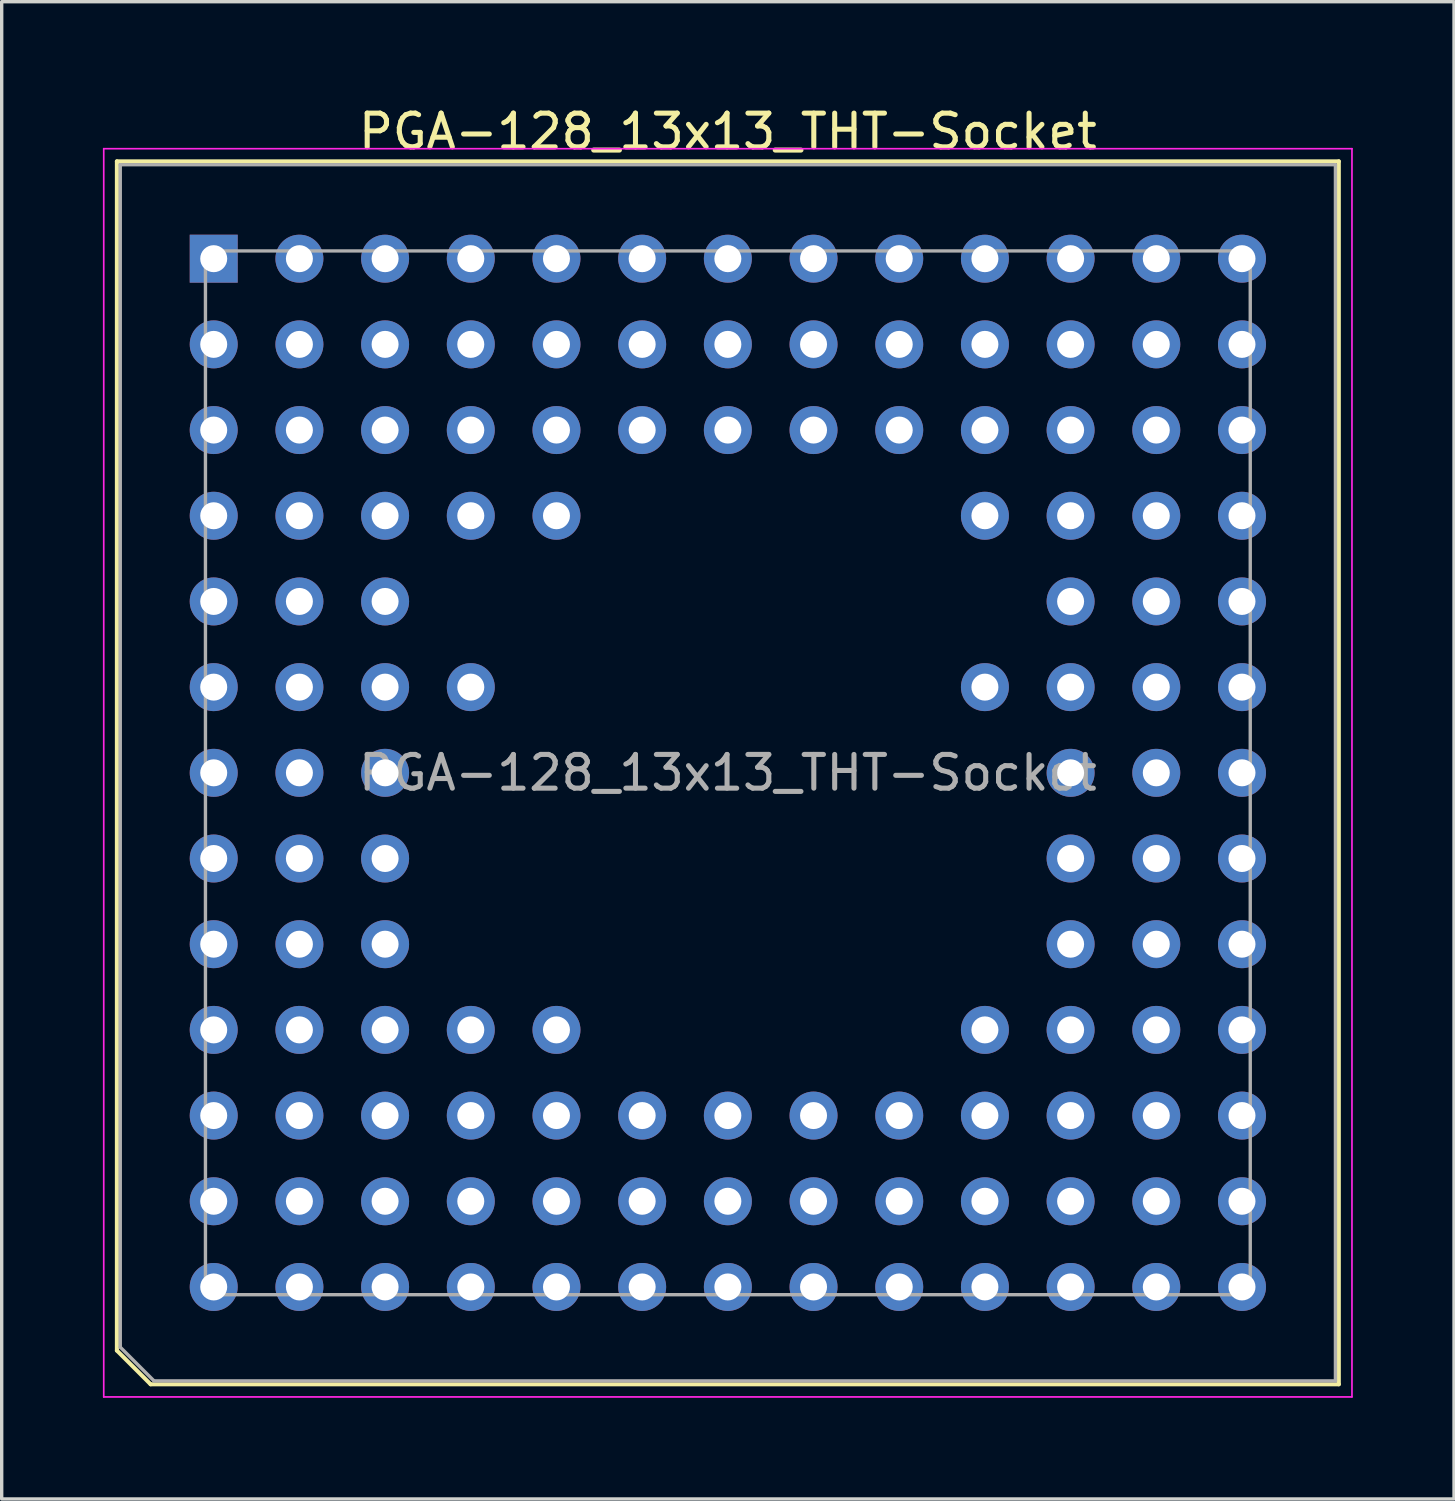
<source format=kicad_pcb>
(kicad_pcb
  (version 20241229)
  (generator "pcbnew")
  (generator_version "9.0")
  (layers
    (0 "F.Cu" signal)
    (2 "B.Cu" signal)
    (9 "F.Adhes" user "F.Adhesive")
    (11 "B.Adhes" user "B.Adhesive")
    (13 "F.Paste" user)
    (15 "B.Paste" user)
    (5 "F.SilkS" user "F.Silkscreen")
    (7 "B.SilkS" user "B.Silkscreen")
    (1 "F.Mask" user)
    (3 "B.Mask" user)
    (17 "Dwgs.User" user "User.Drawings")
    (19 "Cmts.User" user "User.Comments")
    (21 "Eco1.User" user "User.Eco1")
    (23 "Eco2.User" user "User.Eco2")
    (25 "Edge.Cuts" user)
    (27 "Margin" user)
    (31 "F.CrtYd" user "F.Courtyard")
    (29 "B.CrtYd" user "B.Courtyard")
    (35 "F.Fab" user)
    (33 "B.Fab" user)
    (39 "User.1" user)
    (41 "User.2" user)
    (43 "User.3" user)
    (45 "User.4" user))
  (footprint "PGA-128_13x13_THT-Socket"
    (layer "F.Cu")
    (at 3.285 35.098)
    (property "Reference" "PGA-128_13x13_THT-Socket" (at 15.24 -34.25 0) (layer "F.SilkS") (effects (font (size 1 1) (thickness 0.15))))
    (attr through_hole)
    (fp_line (start -2.87 -33.365) (end -2.87 1.885) (stroke (width 0.12) (type solid)) (layer "F.SilkS"))
    (fp_line (start -2.87 1.885) (end -1.87 2.885) (stroke (width 0.12) (type solid)) (layer "F.SilkS"))
    (fp_line (start -1.87 2.885) (end 33.35 2.885) (stroke (width 0.12) (type solid)) (layer "F.SilkS"))
    (fp_line (start 33.35 -33.365) (end -2.87 -33.365) (stroke (width 0.12) (type solid)) (layer "F.SilkS"))
    (fp_line (start 33.35 2.885) (end 33.35 -33.365) (stroke (width 0.12) (type solid)) (layer "F.SilkS"))
    (fp_line (start -3.26 -33.74) (end -3.26 3.26) (stroke (width 0.05) (type solid)) (layer "F.CrtYd"))
    (fp_line (start -3.26 3.26) (end 33.74 3.26) (stroke (width 0.05) (type solid)) (layer "F.CrtYd"))
    (fp_line (start 33.74 -33.74) (end -3.26 -33.74) (stroke (width 0.05) (type solid)) (layer "F.CrtYd"))
    (fp_line (start 33.74 3.26) (end 33.74 -33.74) (stroke (width 0.05) (type solid)) (layer "F.CrtYd"))
    (fp_line (start -2.77 -33.265) (end -2.77 1.785) (stroke (width 0.1) (type solid)) (layer "F.Fab"))
    (fp_line (start -2.77 1.785) (end -1.77 2.785) (stroke (width 0.1) (type solid)) (layer "F.Fab"))
    (fp_line (start -1.77 2.785) (end 33.25 2.785) (stroke (width 0.1) (type solid)) (layer "F.Fab"))
    (fp_line (start -0.245 -30.71) (end 30.725 -30.71) (stroke (width 0.1) (type solid)) (layer "F.Fab"))
    (fp_line (start -0.245 0.23) (end -0.245 -30.71) (stroke (width 0.1) (type solid)) (layer "F.Fab"))
    (fp_line (start 30.725 -30.71) (end 30.725 0.23) (stroke (width 0.1) (type solid)) (layer "F.Fab"))
    (fp_line (start 30.725 0.23) (end -0.245 0.23) (stroke (width 0.1) (type solid)) (layer "F.Fab"))
    (fp_line (start 33.25 -33.265) (end -2.77 -33.265) (stroke (width 0.1) (type solid)) (layer "F.Fab"))
    (fp_line (start 33.25 2.785) (end 33.25 -33.265) (stroke (width 0.1) (type solid)) (layer "F.Fab"))
    (fp_text user "${REFERENCE}" (at 15.24 -15.24 0) (layer "F.Fab") (effects (font (size 1 1) (thickness 0.15))))
    (pad "A1" thru_hole rect (at 0 -30.48) (size 1.422 1.422) (drill 0.8) (layers "*.Cu" "*.Mask"))
    (pad "A2" thru_hole circle (at 2.54 -30.48) (size 1.422 1.422) (drill 0.8) (layers "*.Cu" "*.Mask"))
    (pad "A3" thru_hole circle (at 5.08 -30.48) (size 1.422 1.422) (drill 0.8) (layers "*.Cu" "*.Mask"))
    (pad "A4" thru_hole circle (at 7.62 -30.48) (size 1.422 1.422) (drill 0.8) (layers "*.Cu" "*.Mask"))
    (pad "A5" thru_hole circle (at 10.16 -30.48) (size 1.422 1.422) (drill 0.8) (layers "*.Cu" "*.Mask"))
    (pad "A6" thru_hole circle (at 12.7 -30.48) (size 1.422 1.422) (drill 0.8) (layers "*.Cu" "*.Mask"))
    (pad "A7" thru_hole circle (at 15.24 -30.48) (size 1.422 1.422) (drill 0.8) (layers "*.Cu" "*.Mask"))
    (pad "A8" thru_hole circle (at 17.78 -30.48) (size 1.422 1.422) (drill 0.8) (layers "*.Cu" "*.Mask"))
    (pad "A9" thru_hole circle (at 20.32 -30.48) (size 1.422 1.422) (drill 0.8) (layers "*.Cu" "*.Mask"))
    (pad "A10" thru_hole circle (at 22.86 -30.48) (size 1.422 1.422) (drill 0.8) (layers "*.Cu" "*.Mask"))
    (pad "A11" thru_hole circle (at 25.4 -30.48) (size 1.422 1.422) (drill 0.8) (layers "*.Cu" "*.Mask"))
    (pad "A12" thru_hole circle (at 27.94 -30.48) (size 1.422 1.422) (drill 0.8) (layers "*.Cu" "*.Mask"))
    (pad "A13" thru_hole circle (at 30.48 -30.48) (size 1.422 1.422) (drill 0.8) (layers "*.Cu" "*.Mask"))
    (pad "B1" thru_hole circle (at 0 -27.94) (size 1.422 1.422) (drill 0.8) (layers "*.Cu" "*.Mask"))
    (pad "B2" thru_hole circle (at 2.54 -27.94) (size 1.422 1.422) (drill 0.8) (layers "*.Cu" "*.Mask"))
    (pad "B3" thru_hole circle (at 5.08 -27.94) (size 1.422 1.422) (drill 0.8) (layers "*.Cu" "*.Mask"))
    (pad "B4" thru_hole circle (at 7.62 -27.94) (size 1.422 1.422) (drill 0.8) (layers "*.Cu" "*.Mask"))
    (pad "B5" thru_hole circle (at 10.16 -27.94) (size 1.422 1.422) (drill 0.8) (layers "*.Cu" "*.Mask"))
    (pad "B6" thru_hole circle (at 12.7 -27.94) (size 1.422 1.422) (drill 0.8) (layers "*.Cu" "*.Mask"))
    (pad "B7" thru_hole circle (at 15.24 -27.94) (size 1.422 1.422) (drill 0.8) (layers "*.Cu" "*.Mask"))
    (pad "B8" thru_hole circle (at 17.78 -27.94) (size 1.422 1.422) (drill 0.8) (layers "*.Cu" "*.Mask"))
    (pad "B9" thru_hole circle (at 20.32 -27.94) (size 1.422 1.422) (drill 0.8) (layers "*.Cu" "*.Mask"))
    (pad "B10" thru_hole circle (at 22.86 -27.94) (size 1.422 1.422) (drill 0.8) (layers "*.Cu" "*.Mask"))
    (pad "B11" thru_hole circle (at 25.4 -27.94) (size 1.422 1.422) (drill 0.8) (layers "*.Cu" "*.Mask"))
    (pad "B12" thru_hole circle (at 27.94 -27.94) (size 1.422 1.422) (drill 0.8) (layers "*.Cu" "*.Mask"))
    (pad "B13" thru_hole circle (at 30.48 -27.94) (size 1.422 1.422) (drill 0.8) (layers "*.Cu" "*.Mask"))
    (pad "C1" thru_hole circle (at 0 -25.4) (size 1.422 1.422) (drill 0.8) (layers "*.Cu" "*.Mask"))
    (pad "C2" thru_hole circle (at 2.54 -25.4) (size 1.422 1.422) (drill 0.8) (layers "*.Cu" "*.Mask"))
    (pad "C3" thru_hole circle (at 5.08 -25.4) (size 1.422 1.422) (drill 0.8) (layers "*.Cu" "*.Mask"))
    (pad "C4" thru_hole circle (at 7.62 -25.4) (size 1.422 1.422) (drill 0.8) (layers "*.Cu" "*.Mask"))
    (pad "C5" thru_hole circle (at 10.16 -25.4) (size 1.422 1.422) (drill 0.8) (layers "*.Cu" "*.Mask"))
    (pad "C6" thru_hole circle (at 12.7 -25.4) (size 1.422 1.422) (drill 0.8) (layers "*.Cu" "*.Mask"))
    (pad "C7" thru_hole circle (at 15.24 -25.4) (size 1.422 1.422) (drill 0.8) (layers "*.Cu" "*.Mask"))
    (pad "C8" thru_hole circle (at 17.78 -25.4) (size 1.422 1.422) (drill 0.8) (layers "*.Cu" "*.Mask"))
    (pad "C9" thru_hole circle (at 20.32 -25.4) (size 1.422 1.422) (drill 0.8) (layers "*.Cu" "*.Mask"))
    (pad "C10" thru_hole circle (at 22.86 -25.4) (size 1.422 1.422) (drill 0.8) (layers "*.Cu" "*.Mask"))
    (pad "C11" thru_hole circle (at 25.4 -25.4) (size 1.422 1.422) (drill 0.8) (layers "*.Cu" "*.Mask"))
    (pad "C12" thru_hole circle (at 27.94 -25.4) (size 1.422 1.422) (drill 0.8) (layers "*.Cu" "*.Mask"))
    (pad "C13" thru_hole circle (at 30.48 -25.4) (size 1.422 1.422) (drill 0.8) (layers "*.Cu" "*.Mask"))
    (pad "D1" thru_hole circle (at 0 -22.86) (size 1.422 1.422) (drill 0.8) (layers "*.Cu" "*.Mask"))
    (pad "D2" thru_hole circle (at 2.54 -22.86) (size 1.422 1.422) (drill 0.8) (layers "*.Cu" "*.Mask"))
    (pad "D3" thru_hole circle (at 5.08 -22.86) (size 1.422 1.422) (drill 0.8) (layers "*.Cu" "*.Mask"))
    (pad "D4" thru_hole circle (at 7.62 -22.86) (size 1.422 1.422) (drill 0.8) (layers "*.Cu" "*.Mask"))
    (pad "D5" thru_hole circle (at 10.16 -22.86) (size 1.422 1.422) (drill 0.8) (layers "*.Cu" "*.Mask"))
    (pad "D10" thru_hole circle (at 22.86 -22.86) (size 1.422 1.422) (drill 0.8) (layers "*.Cu" "*.Mask"))
    (pad "D11" thru_hole circle (at 25.4 -22.86) (size 1.422 1.422) (drill 0.8) (layers "*.Cu" "*.Mask"))
    (pad "D12" thru_hole circle (at 27.94 -22.86) (size 1.422 1.422) (drill 0.8) (layers "*.Cu" "*.Mask"))
    (pad "D13" thru_hole circle (at 30.48 -22.86) (size 1.422 1.422) (drill 0.8) (layers "*.Cu" "*.Mask"))
    (pad "E1" thru_hole circle (at 0 -20.32) (size 1.422 1.422) (drill 0.8) (layers "*.Cu" "*.Mask"))
    (pad "E2" thru_hole circle (at 2.54 -20.32) (size 1.422 1.422) (drill 0.8) (layers "*.Cu" "*.Mask"))
    (pad "E3" thru_hole circle (at 5.08 -20.32) (size 1.422 1.422) (drill 0.8) (layers "*.Cu" "*.Mask"))
    (pad "E11" thru_hole circle (at 25.4 -20.32) (size 1.422 1.422) (drill 0.8) (layers "*.Cu" "*.Mask"))
    (pad "E12" thru_hole circle (at 27.94 -20.32) (size 1.422 1.422) (drill 0.8) (layers "*.Cu" "*.Mask"))
    (pad "E13" thru_hole circle (at 30.48 -20.32) (size 1.422 1.422) (drill 0.8) (layers "*.Cu" "*.Mask"))
    (pad "F1" thru_hole circle (at 0 -17.78) (size 1.422 1.422) (drill 0.8) (layers "*.Cu" "*.Mask"))
    (pad "F2" thru_hole circle (at 2.54 -17.78) (size 1.422 1.422) (drill 0.8) (layers "*.Cu" "*.Mask"))
    (pad "F3" thru_hole circle (at 5.08 -17.78) (size 1.422 1.422) (drill 0.8) (layers "*.Cu" "*.Mask"))
    (pad "F4" thru_hole circle (at 7.62 -17.78) (size 1.422 1.422) (drill 0.8) (layers "*.Cu" "*.Mask"))
    (pad "F10" thru_hole circle (at 22.86 -17.78) (size 1.422 1.422) (drill 0.8) (layers "*.Cu" "*.Mask"))
    (pad "F11" thru_hole circle (at 25.4 -17.78) (size 1.422 1.422) (drill 0.8) (layers "*.Cu" "*.Mask"))
    (pad "F12" thru_hole circle (at 27.94 -17.78) (size 1.422 1.422) (drill 0.8) (layers "*.Cu" "*.Mask"))
    (pad "F13" thru_hole circle (at 30.48 -17.78) (size 1.422 1.422) (drill 0.8) (layers "*.Cu" "*.Mask"))
    (pad "G1" thru_hole circle (at 0 -15.24) (size 1.422 1.422) (drill 0.8) (layers "*.Cu" "*.Mask"))
    (pad "G2" thru_hole circle (at 2.54 -15.24) (size 1.422 1.422) (drill 0.8) (layers "*.Cu" "*.Mask"))
    (pad "G3" thru_hole circle (at 5.08 -15.24) (size 1.422 1.422) (drill 0.8) (layers "*.Cu" "*.Mask"))
    (pad "G11" thru_hole circle (at 25.4 -15.24) (size 1.422 1.422) (drill 0.8) (layers "*.Cu" "*.Mask"))
    (pad "G12" thru_hole circle (at 27.94 -15.24) (size 1.422 1.422) (drill 0.8) (layers "*.Cu" "*.Mask"))
    (pad "G13" thru_hole circle (at 30.48 -15.24) (size 1.422 1.422) (drill 0.8) (layers "*.Cu" "*.Mask"))
    (pad "H1" thru_hole circle (at 0 -12.7) (size 1.422 1.422) (drill 0.8) (layers "*.Cu" "*.Mask"))
    (pad "H2" thru_hole circle (at 2.54 -12.7) (size 1.422 1.422) (drill 0.8) (layers "*.Cu" "*.Mask"))
    (pad "H3" thru_hole circle (at 5.08 -12.7) (size 1.422 1.422) (drill 0.8) (layers "*.Cu" "*.Mask"))
    (pad "H11" thru_hole circle (at 25.4 -12.7) (size 1.422 1.422) (drill 0.8) (layers "*.Cu" "*.Mask"))
    (pad "H12" thru_hole circle (at 27.94 -12.7) (size 1.422 1.422) (drill 0.8) (layers "*.Cu" "*.Mask"))
    (pad "H13" thru_hole circle (at 30.48 -12.7) (size 1.422 1.422) (drill 0.8) (layers "*.Cu" "*.Mask"))
    (pad "J1" thru_hole circle (at 0 -10.16) (size 1.422 1.422) (drill 0.8) (layers "*.Cu" "*.Mask"))
    (pad "J2" thru_hole circle (at 2.54 -10.16) (size 1.422 1.422) (drill 0.8) (layers "*.Cu" "*.Mask"))
    (pad "J3" thru_hole circle (at 5.08 -10.16) (size 1.422 1.422) (drill 0.8) (layers "*.Cu" "*.Mask"))
    (pad "J11" thru_hole circle (at 25.4 -10.16) (size 1.422 1.422) (drill 0.8) (layers "*.Cu" "*.Mask"))
    (pad "J12" thru_hole circle (at 27.94 -10.16) (size 1.422 1.422) (drill 0.8) (layers "*.Cu" "*.Mask"))
    (pad "J13" thru_hole circle (at 30.48 -10.16) (size 1.422 1.422) (drill 0.8) (layers "*.Cu" "*.Mask"))
    (pad "K1" thru_hole circle (at 0 -7.62) (size 1.422 1.422) (drill 0.8) (layers "*.Cu" "*.Mask"))
    (pad "K2" thru_hole circle (at 2.54 -7.62) (size 1.422 1.422) (drill 0.8) (layers "*.Cu" "*.Mask"))
    (pad "K3" thru_hole circle (at 5.08 -7.62) (size 1.422 1.422) (drill 0.8) (layers "*.Cu" "*.Mask"))
    (pad "K4" thru_hole circle (at 7.62 -7.62) (size 1.422 1.422) (drill 0.8) (layers "*.Cu" "*.Mask"))
    (pad "K5" thru_hole circle (at 10.16 -7.62) (size 1.422 1.422) (drill 0.8) (layers "*.Cu" "*.Mask"))
    (pad "K10" thru_hole circle (at 22.86 -7.62) (size 1.422 1.422) (drill 0.8) (layers "*.Cu" "*.Mask"))
    (pad "K11" thru_hole circle (at 25.4 -7.62) (size 1.422 1.422) (drill 0.8) (layers "*.Cu" "*.Mask"))
    (pad "K12" thru_hole circle (at 27.94 -7.62) (size 1.422 1.422) (drill 0.8) (layers "*.Cu" "*.Mask"))
    (pad "K13" thru_hole circle (at 30.48 -7.62) (size 1.422 1.422) (drill 0.8) (layers "*.Cu" "*.Mask"))
    (pad "L1" thru_hole circle (at 0 -5.08) (size 1.422 1.422) (drill 0.8) (layers "*.Cu" "*.Mask"))
    (pad "L2" thru_hole circle (at 2.54 -5.08) (size 1.422 1.422) (drill 0.8) (layers "*.Cu" "*.Mask"))
    (pad "L3" thru_hole circle (at 5.08 -5.08) (size 1.422 1.422) (drill 0.8) (layers "*.Cu" "*.Mask"))
    (pad "L4" thru_hole circle (at 7.62 -5.08) (size 1.422 1.422) (drill 0.8) (layers "*.Cu" "*.Mask"))
    (pad "L5" thru_hole circle (at 10.16 -5.08) (size 1.422 1.422) (drill 0.8) (layers "*.Cu" "*.Mask"))
    (pad "L6" thru_hole circle (at 12.7 -5.08) (size 1.422 1.422) (drill 0.8) (layers "*.Cu" "*.Mask"))
    (pad "L7" thru_hole circle (at 15.24 -5.08) (size 1.422 1.422) (drill 0.8) (layers "*.Cu" "*.Mask"))
    (pad "L8" thru_hole circle (at 17.78 -5.08) (size 1.422 1.422) (drill 0.8) (layers "*.Cu" "*.Mask"))
    (pad "L9" thru_hole circle (at 20.32 -5.08) (size 1.422 1.422) (drill 0.8) (layers "*.Cu" "*.Mask"))
    (pad "L10" thru_hole circle (at 22.86 -5.08) (size 1.422 1.422) (drill 0.8) (layers "*.Cu" "*.Mask"))
    (pad "L11" thru_hole circle (at 25.4 -5.08) (size 1.422 1.422) (drill 0.8) (layers "*.Cu" "*.Mask"))
    (pad "L12" thru_hole circle (at 27.94 -5.08) (size 1.422 1.422) (drill 0.8) (layers "*.Cu" "*.Mask"))
    (pad "L13" thru_hole circle (at 30.48 -5.08) (size 1.422 1.422) (drill 0.8) (layers "*.Cu" "*.Mask"))
    (pad "M1" thru_hole circle (at 0 -2.54) (size 1.422 1.422) (drill 0.8) (layers "*.Cu" "*.Mask"))
    (pad "M2" thru_hole circle (at 2.54 -2.54) (size 1.422 1.422) (drill 0.8) (layers "*.Cu" "*.Mask"))
    (pad "M3" thru_hole circle (at 5.08 -2.54) (size 1.422 1.422) (drill 0.8) (layers "*.Cu" "*.Mask"))
    (pad "M4" thru_hole circle (at 7.62 -2.54) (size 1.422 1.422) (drill 0.8) (layers "*.Cu" "*.Mask"))
    (pad "M5" thru_hole circle (at 10.16 -2.54) (size 1.422 1.422) (drill 0.8) (layers "*.Cu" "*.Mask"))
    (pad "M6" thru_hole circle (at 12.7 -2.54) (size 1.422 1.422) (drill 0.8) (layers "*.Cu" "*.Mask"))
    (pad "M7" thru_hole circle (at 15.24 -2.54) (size 1.422 1.422) (drill 0.8) (layers "*.Cu" "*.Mask"))
    (pad "M8" thru_hole circle (at 17.78 -2.54) (size 1.422 1.422) (drill 0.8) (layers "*.Cu" "*.Mask"))
    (pad "M9" thru_hole circle (at 20.32 -2.54) (size 1.422 1.422) (drill 0.8) (layers "*.Cu" "*.Mask"))
    (pad "M10" thru_hole circle (at 22.86 -2.54) (size 1.422 1.422) (drill 0.8) (layers "*.Cu" "*.Mask"))
    (pad "M11" thru_hole circle (at 25.4 -2.54) (size 1.422 1.422) (drill 0.8) (layers "*.Cu" "*.Mask"))
    (pad "M12" thru_hole circle (at 27.94 -2.54) (size 1.422 1.422) (drill 0.8) (layers "*.Cu" "*.Mask"))
    (pad "M13" thru_hole circle (at 30.48 -2.54) (size 1.422 1.422) (drill 0.8) (layers "*.Cu" "*.Mask"))
    (pad "N1" thru_hole circle (at 0 0) (size 1.422 1.422) (drill 0.8) (layers "*.Cu" "*.Mask"))
    (pad "N2" thru_hole circle (at 2.54 0) (size 1.422 1.422) (drill 0.8) (layers "*.Cu" "*.Mask"))
    (pad "N3" thru_hole circle (at 5.08 0) (size 1.422 1.422) (drill 0.8) (layers "*.Cu" "*.Mask"))
    (pad "N4" thru_hole circle (at 7.62 0) (size 1.422 1.422) (drill 0.8) (layers "*.Cu" "*.Mask"))
    (pad "N5" thru_hole circle (at 10.16 0) (size 1.422 1.422) (drill 0.8) (layers "*.Cu" "*.Mask"))
    (pad "N6" thru_hole circle (at 12.7 0) (size 1.422 1.422) (drill 0.8) (layers "*.Cu" "*.Mask"))
    (pad "N7" thru_hole circle (at 15.24 0) (size 1.422 1.422) (drill 0.8) (layers "*.Cu" "*.Mask"))
    (pad "N8" thru_hole circle (at 17.78 0) (size 1.422 1.422) (drill 0.8) (layers "*.Cu" "*.Mask"))
    (pad "N9" thru_hole circle (at 20.32 0) (size 1.422 1.422) (drill 0.8) (layers "*.Cu" "*.Mask"))
    (pad "N10" thru_hole circle (at 22.86 0) (size 1.422 1.422) (drill 0.8) (layers "*.Cu" "*.Mask"))
    (pad "N11" thru_hole circle (at 25.4 0) (size 1.422 1.422) (drill 0.8) (layers "*.Cu" "*.Mask"))
    (pad "N12" thru_hole circle (at 27.94 0) (size 1.422 1.422) (drill 0.8) (layers "*.Cu" "*.Mask"))
    (pad "N13" thru_hole circle (at 30.48 0) (size 1.422 1.422) (drill 0.8) (layers "*.Cu" "*.Mask")))
  (gr_rect
    (start -3 -3)
    (end 40.05 41.383)
    (stroke (width 0.1) (type default))
    (fill no)
    (layer "Edge.Cuts")))
</source>
